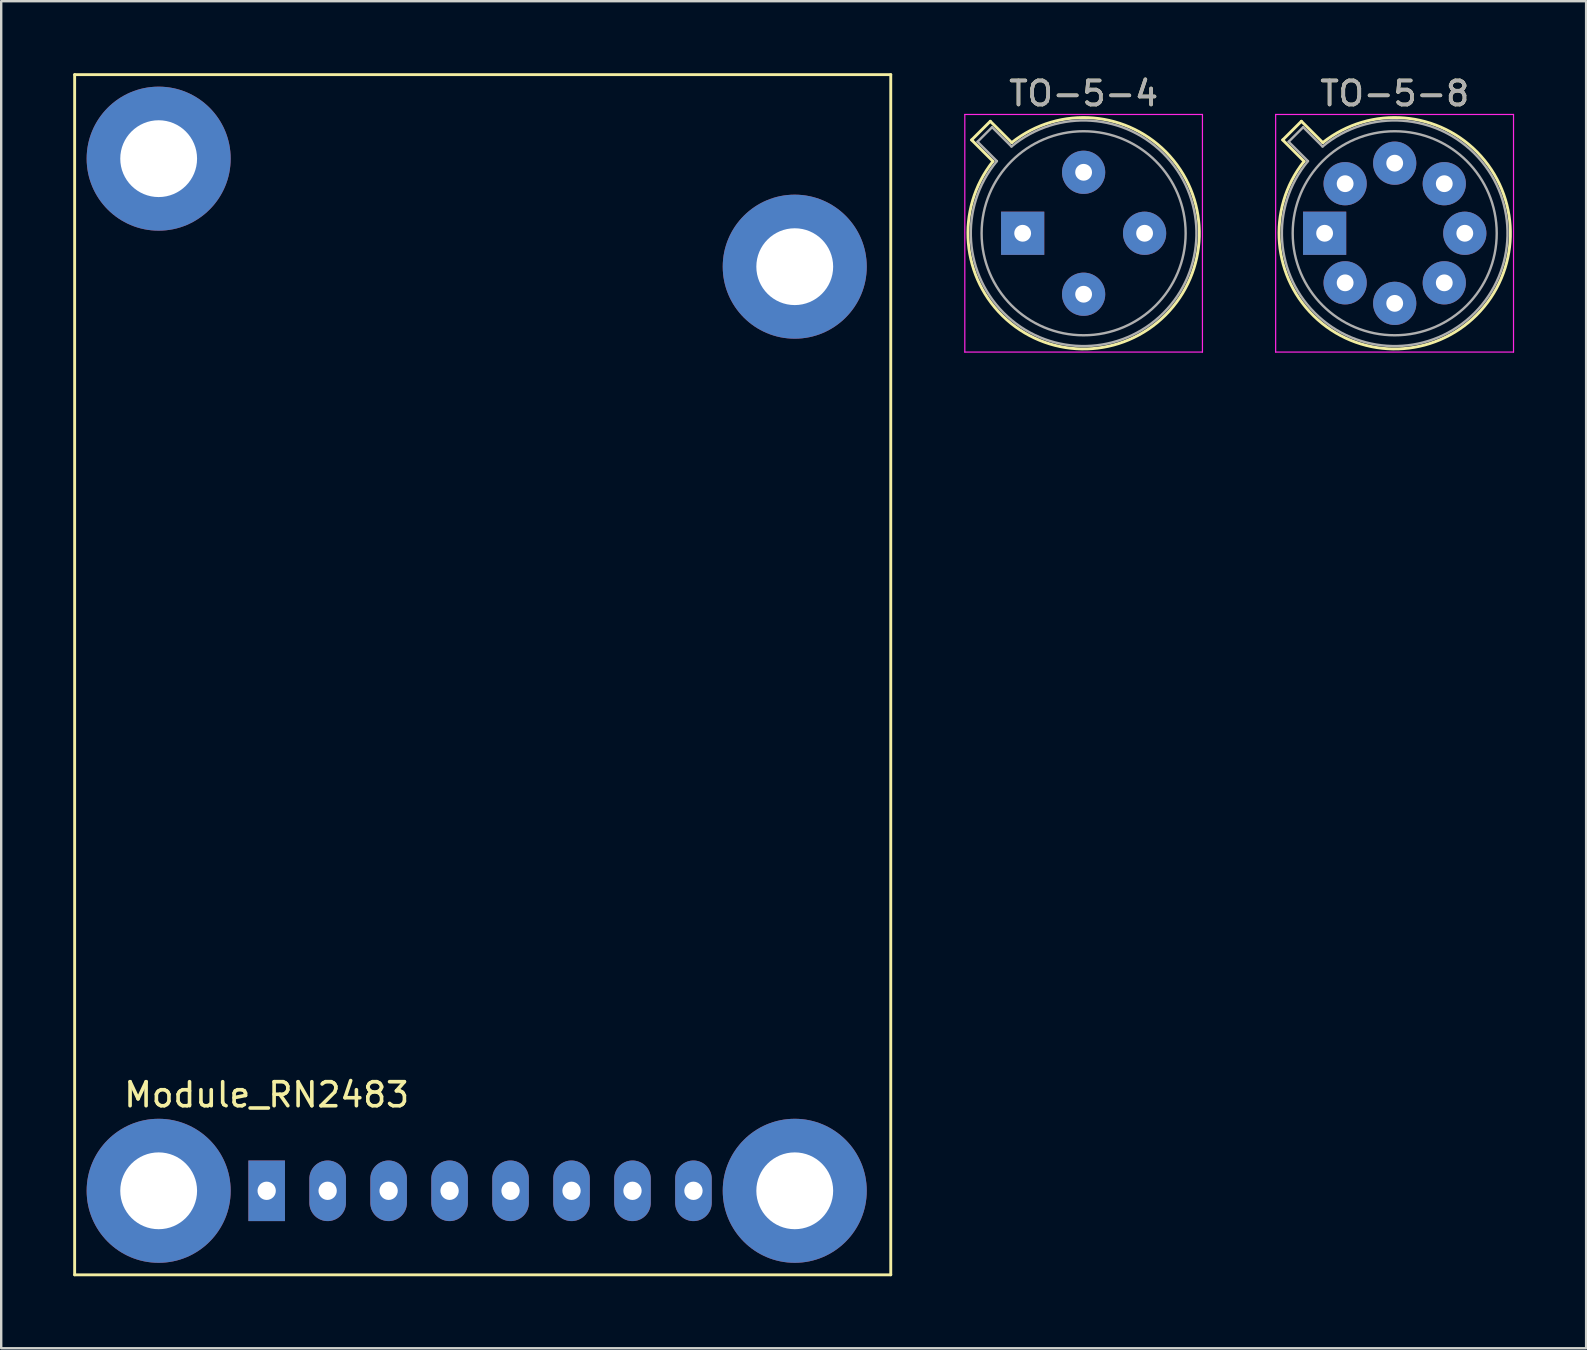
<source format=kicad_pcb>
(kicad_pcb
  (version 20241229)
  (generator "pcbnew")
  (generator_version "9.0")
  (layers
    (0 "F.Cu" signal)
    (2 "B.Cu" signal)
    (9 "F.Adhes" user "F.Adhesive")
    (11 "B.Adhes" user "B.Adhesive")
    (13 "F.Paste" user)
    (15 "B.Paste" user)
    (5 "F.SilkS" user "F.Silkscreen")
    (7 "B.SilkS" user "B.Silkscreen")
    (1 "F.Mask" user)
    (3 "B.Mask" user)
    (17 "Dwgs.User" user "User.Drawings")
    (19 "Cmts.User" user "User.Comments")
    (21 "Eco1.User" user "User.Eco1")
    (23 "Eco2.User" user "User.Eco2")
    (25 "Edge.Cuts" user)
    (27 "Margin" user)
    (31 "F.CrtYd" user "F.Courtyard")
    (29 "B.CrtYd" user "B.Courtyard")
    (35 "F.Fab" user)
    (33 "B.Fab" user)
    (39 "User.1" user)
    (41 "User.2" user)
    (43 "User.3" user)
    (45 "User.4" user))
  (footprint "TO-5-8"
    (layer "F.Cu")
    (at 52.135 6.668)
    (property "Reference" "TO-5-8" (at 2.92 -5.82 0) (layer "F.SilkS") (effects (font (size 1 1) (thickness 0.15))))
    (attr through_hole)
    (fp_line (start -1.746 -3.888) (end -0.855 -2.997) (stroke (width 0.12) (type solid)) (layer "F.SilkS"))
    (fp_line (start -0.968 -4.666) (end -1.746 -3.888) (stroke (width 0.12) (type solid)) (layer "F.SilkS"))
    (fp_line (start -0.077 -3.775) (end -0.968 -4.666) (stroke (width 0.12) (type solid)) (layer "F.SilkS"))
    (fp_arc (start -0.077084 -3.774902) (mid 6.328125 3.408384) (end -0.854674 -2.997371) (stroke (width 0.12) (type solid)) (layer "F.SilkS"))
    (fp_line (start -2.04 -4.95) (end -2.04 4.95) (stroke (width 0.05) (type solid)) (layer "F.CrtYd"))
    (fp_line (start -2.04 4.95) (end 7.87 4.95) (stroke (width 0.05) (type solid)) (layer "F.CrtYd"))
    (fp_line (start 7.87 -4.95) (end -2.04 -4.95) (stroke (width 0.05) (type solid)) (layer "F.CrtYd"))
    (fp_line (start 7.87 4.95) (end 7.87 -4.95) (stroke (width 0.05) (type solid)) (layer "F.CrtYd"))
    (fp_line (start -1.5 -3.812) (end -0.694 -3.005) (stroke (width 0.1) (type solid)) (layer "F.Fab"))
    (fp_line (start -0.892 -4.42) (end -1.5 -3.812) (stroke (width 0.1) (type solid)) (layer "F.Fab"))
    (fp_line (start -0.085 -3.614) (end -0.892 -4.42) (stroke (width 0.1) (type solid)) (layer "F.Fab"))
    (fp_arc (start -0.085408 -3.61352) (mid 6.243443 3.323361) (end -0.693594 -3.005319) (stroke (width 0.1) (type solid)) (layer "F.Fab"))
    (fp_circle (center 2.92 0) (end 7.17 0) (stroke (width 0.1) (type solid)) (fill no) (layer "F.Fab"))
    (fp_text user "${REFERENCE}" (at 2.92 -5.82 0) (layer "F.Fab") (effects (font (size 1 1) (thickness 0.15))))
    (pad "1" thru_hole rect (at 0 0) (size 1.8 1.8) (drill 0.7) (layers "*.Cu" "*.Mask"))
    (pad "2" thru_hole oval (at 0.855 2.065) (size 1.8 1.8) (drill 0.7) (layers "*.Cu" "*.Mask"))
    (pad "3" thru_hole oval (at 2.92 2.92) (size 1.8 1.8) (drill 0.7) (layers "*.Cu" "*.Mask"))
    (pad "4" thru_hole oval (at 4.985 2.065) (size 1.8 1.8) (drill 0.7) (layers "*.Cu" "*.Mask"))
    (pad "5" thru_hole oval (at 5.84 0) (size 1.8 1.8) (drill 0.7) (layers "*.Cu" "*.Mask"))
    (pad "6" thru_hole oval (at 4.985 -2.065) (size 1.8 1.8) (drill 0.7) (layers "*.Cu" "*.Mask"))
    (pad "7" thru_hole oval (at 2.92 -2.92) (size 1.8 1.8) (drill 0.7) (layers "*.Cu" "*.Mask"))
    (pad "8" thru_hole oval (at 0.855 -2.065) (size 1.8 1.8) (drill 0.7) (layers "*.Cu" "*.Mask")))
  (footprint "TO-5-4"
    (layer "F.Cu")
    (at 39.555 6.668)
    (property "Reference" "TO-5-4" (at 2.54 -5.82 0) (layer "F.SilkS") (effects (font (size 1 1) (thickness 0.15))))
    (attr through_hole)
    (fp_line (start -2.126 -3.888) (end -1.235 -2.997) (stroke (width 0.12) (type solid)) (layer "F.SilkS"))
    (fp_line (start -1.348 -4.666) (end -2.126 -3.888) (stroke (width 0.12) (type solid)) (layer "F.SilkS"))
    (fp_line (start -0.457 -3.775) (end -1.348 -4.666) (stroke (width 0.12) (type solid)) (layer "F.SilkS"))
    (fp_arc (start -0.457084 -3.774902) (mid 5.948125 3.408384) (end -1.234674 -2.997371) (stroke (width 0.12) (type solid)) (layer "F.SilkS"))
    (fp_line (start -2.41 -4.95) (end -2.41 4.95) (stroke (width 0.05) (type solid)) (layer "F.CrtYd"))
    (fp_line (start -2.41 4.95) (end 7.49 4.95) (stroke (width 0.05) (type solid)) (layer "F.CrtYd"))
    (fp_line (start 7.49 -4.95) (end -2.41 -4.95) (stroke (width 0.05) (type solid)) (layer "F.CrtYd"))
    (fp_line (start 7.49 4.95) (end 7.49 -4.95) (stroke (width 0.05) (type solid)) (layer "F.CrtYd"))
    (fp_line (start -1.88 -3.812) (end -1.074 -3.005) (stroke (width 0.1) (type solid)) (layer "F.Fab"))
    (fp_line (start -1.272 -4.42) (end -1.88 -3.812) (stroke (width 0.1) (type solid)) (layer "F.Fab"))
    (fp_line (start -0.465 -3.614) (end -1.272 -4.42) (stroke (width 0.1) (type solid)) (layer "F.Fab"))
    (fp_arc (start -0.465408 -3.61352) (mid 5.863443 3.323361) (end -1.073594 -3.005319) (stroke (width 0.1) (type solid)) (layer "F.Fab"))
    (fp_circle (center 2.54 0) (end 6.79 0) (stroke (width 0.1) (type solid)) (fill no) (layer "F.Fab"))
    (fp_text user "${REFERENCE}" (at 2.54 -5.82 0) (layer "F.Fab") (effects (font (size 1 1) (thickness 0.15))))
    (pad "1" thru_hole rect (at 0 0) (size 1.8 1.8) (drill 0.7) (layers "*.Cu" "*.Mask"))
    (pad "2" thru_hole oval (at 2.54 2.54) (size 1.8 1.8) (drill 0.7) (layers "*.Cu" "*.Mask"))
    (pad "3" thru_hole oval (at 5.08 0) (size 1.8 1.8) (drill 0.7) (layers "*.Cu" "*.Mask"))
    (pad "4" thru_hole oval (at 2.54 -2.54) (size 1.8 1.8) (drill 0.7) (layers "*.Cu" "*.Mask")))
  (footprint "Module_RN2483"
    (layer "F.Cu")
    (at 8.06 46.56)
    (property "Reference" "Module_RN2483" (at 0 -4 0) (layer "F.SilkS") (effects (font (size 1 1) (thickness 0.15))))
    (attr through_hole)
    (fp_line (start -8 -46.5) (end -8 3.5) (stroke (width 0.12) (type solid)) (layer "F.SilkS"))
    (fp_line (start -8 3.5) (end 26 3.5) (stroke (width 0.12) (type solid)) (layer "F.SilkS"))
    (fp_line (start 26 -46.5) (end -8 -46.5) (stroke (width 0.12) (type solid)) (layer "F.SilkS"))
    (fp_line (start 26 3.5) (end 26 -46.5) (stroke (width 0.12) (type solid)) (layer "F.SilkS"))
    (pad "" np_thru_hole circle (at -4.5 -43) (size 6 6) (drill 3.2) (layers "*.Cu" "*.Mask"))
    (pad "" np_thru_hole circle (at -4.5 0) (size 6 6) (drill 3.2) (layers "*.Cu" "*.Mask"))
    (pad "" np_thru_hole circle (at 22 -38.5) (size 6 6) (drill 3.2) (layers "*.Cu" "*.Mask"))
    (pad "" np_thru_hole circle (at 22 0) (size 6 6) (drill 3.2) (layers "*.Cu" "*.Mask"))
    (pad "1" thru_hole rect (at 0 0) (size 1.524 2.524) (drill 0.762) (layers "*.Cu" "*.Mask"))
    (pad "2" thru_hole oval (at 2.54 0) (size 1.524 2.524) (drill 0.762) (layers "*.Cu" "*.Mask"))
    (pad "3" thru_hole oval (at 5.08 0) (size 1.524 2.524) (drill 0.762) (layers "*.Cu" "*.Mask"))
    (pad "4" thru_hole oval (at 7.62 0) (size 1.524 2.524) (drill 0.762) (layers "*.Cu" "*.Mask"))
    (pad "5" thru_hole oval (at 10.16 0) (size 1.524 2.524) (drill 0.762) (layers "*.Cu" "*.Mask"))
    (pad "6" thru_hole oval (at 12.7 0) (size 1.524 2.524) (drill 0.762) (layers "*.Cu" "*.Mask"))
    (pad "7" thru_hole oval (at 15.24 0) (size 1.524 2.524) (drill 0.762) (layers "*.Cu" "*.Mask"))
    (pad "8" thru_hole oval (at 17.78 0) (size 1.524 2.524) (drill 0.762) (layers "*.Cu" "*.Mask")))
  (gr_rect
    (start -3 -3)
    (end 63.03 53.12)
    (stroke (width 0.1) (type default))
    (fill no)
    (layer "Edge.Cuts")))
</source>
